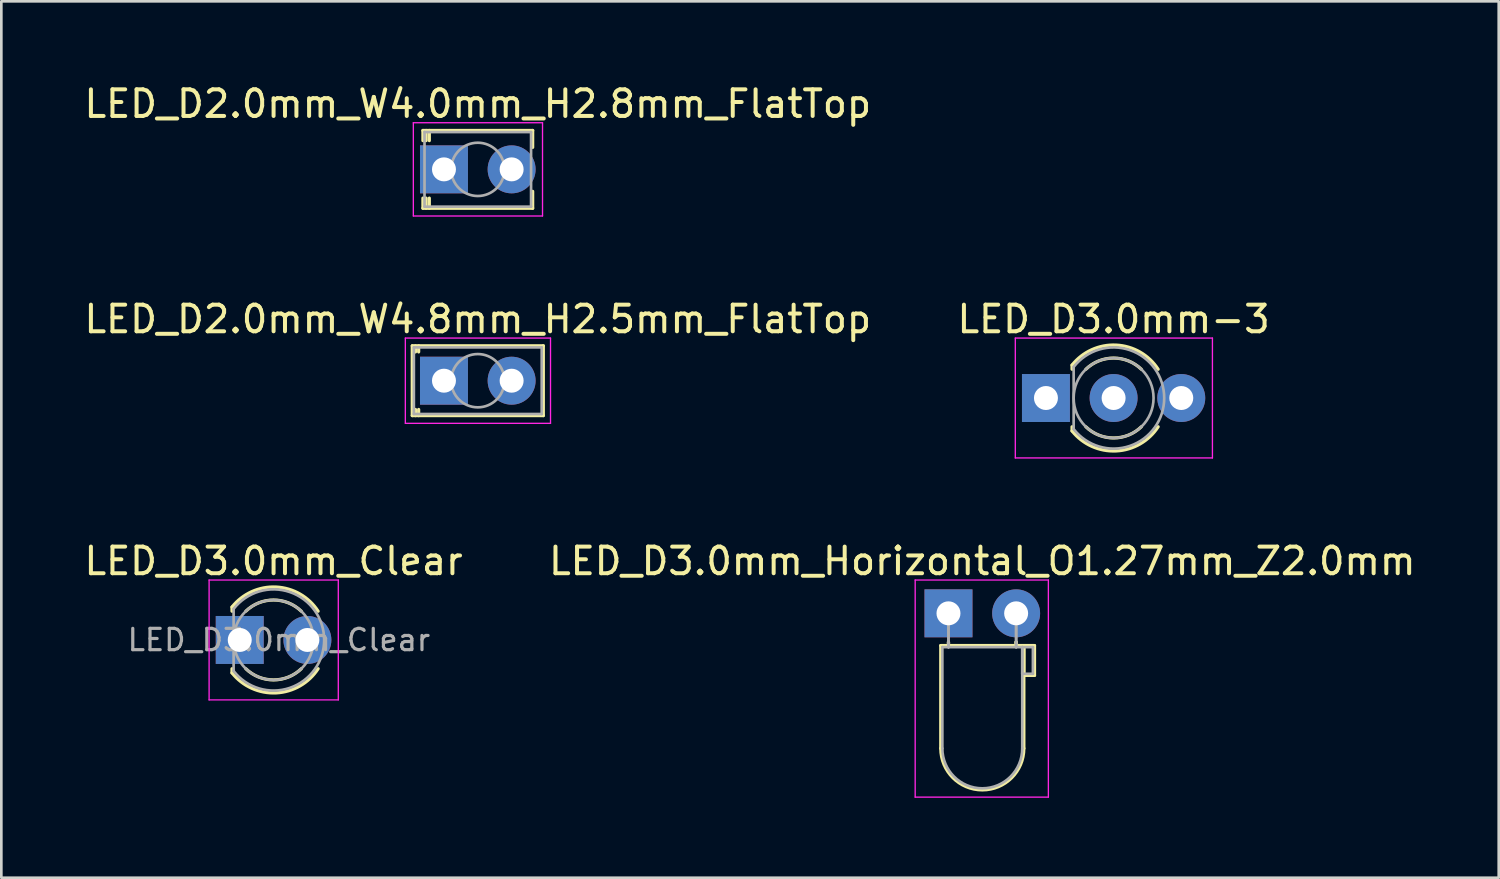
<source format=kicad_pcb>
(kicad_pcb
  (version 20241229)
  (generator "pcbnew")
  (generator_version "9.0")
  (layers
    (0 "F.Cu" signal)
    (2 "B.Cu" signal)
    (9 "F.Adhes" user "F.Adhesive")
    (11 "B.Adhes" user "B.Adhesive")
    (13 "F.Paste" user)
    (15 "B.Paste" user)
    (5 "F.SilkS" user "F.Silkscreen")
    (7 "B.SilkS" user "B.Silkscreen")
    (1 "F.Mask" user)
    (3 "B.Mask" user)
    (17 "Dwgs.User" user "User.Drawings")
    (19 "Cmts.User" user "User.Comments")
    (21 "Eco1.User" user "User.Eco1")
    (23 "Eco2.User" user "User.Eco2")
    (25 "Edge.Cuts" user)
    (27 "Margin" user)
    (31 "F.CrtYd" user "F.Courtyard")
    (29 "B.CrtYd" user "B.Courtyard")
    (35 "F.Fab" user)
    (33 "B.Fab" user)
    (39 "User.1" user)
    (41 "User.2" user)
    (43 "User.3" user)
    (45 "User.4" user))
  (footprint "LED_D2.0mm_W4.0mm_H2.8mm_FlatTop"
    (layer "F.Cu")
    (at 13.617 3.308)
    (property "Reference" "LED_D2.0mm_W4.0mm_H2.8mm_FlatTop" (at 1.27 -2.46 0) (layer "F.SilkS") (effects (font (size 1 1) (thickness 0.15))))
    (attr through_hole)
    (fp_line (start -0.79 -1.46) (end -0.79 -1.08) (stroke (width 0.12) (type solid)) (layer "F.SilkS"))
    (fp_line (start -0.79 -1.46) (end 3.33 -1.46) (stroke (width 0.12) (type solid)) (layer "F.SilkS"))
    (fp_line (start -0.79 1.08) (end -0.79 1.46) (stroke (width 0.12) (type solid)) (layer "F.SilkS"))
    (fp_line (start -0.79 1.46) (end 3.33 1.46) (stroke (width 0.12) (type solid)) (layer "F.SilkS"))
    (fp_line (start -0.67 -1.46) (end -0.67 -1.08) (stroke (width 0.12) (type solid)) (layer "F.SilkS"))
    (fp_line (start -0.67 1.08) (end -0.67 1.46) (stroke (width 0.12) (type solid)) (layer "F.SilkS"))
    (fp_line (start -0.55 -1.46) (end -0.55 -1.08) (stroke (width 0.12) (type solid)) (layer "F.SilkS"))
    (fp_line (start -0.55 1.08) (end -0.55 1.46) (stroke (width 0.12) (type solid)) (layer "F.SilkS"))
    (fp_line (start 3.33 -1.46) (end 3.33 -0.825) (stroke (width 0.12) (type solid)) (layer "F.SilkS"))
    (fp_line (start 3.33 0.825) (end 3.33 1.46) (stroke (width 0.12) (type solid)) (layer "F.SilkS"))
    (fp_line (start -1.15 -1.75) (end -1.15 1.75) (stroke (width 0.05) (type solid)) (layer "F.CrtYd"))
    (fp_line (start -1.15 1.75) (end 3.7 1.75) (stroke (width 0.05) (type solid)) (layer "F.CrtYd"))
    (fp_line (start 3.7 -1.75) (end -1.15 -1.75) (stroke (width 0.05) (type solid)) (layer "F.CrtYd"))
    (fp_line (start 3.7 1.75) (end 3.7 -1.75) (stroke (width 0.05) (type solid)) (layer "F.CrtYd"))
    (fp_line (start -0.73 -1.4) (end -0.73 1.4) (stroke (width 0.1) (type solid)) (layer "F.Fab"))
    (fp_line (start -0.73 1.4) (end 3.27 1.4) (stroke (width 0.1) (type solid)) (layer "F.Fab"))
    (fp_line (start 3.27 -1.4) (end -0.73 -1.4) (stroke (width 0.1) (type solid)) (layer "F.Fab"))
    (fp_line (start 3.27 1.4) (end 3.27 -1.4) (stroke (width 0.1) (type solid)) (layer "F.Fab"))
    (fp_circle (center 1.27 0) (end 2.27 0) (stroke (width 0.1) (type solid)) (fill no) (layer "F.Fab"))
    (pad "1" thru_hole rect (at 0 0) (size 1.8 1.8) (drill 0.9) (layers "*.Cu" "*.Mask"))
    (pad "2" thru_hole circle (at 2.54 0) (size 1.8 1.8) (drill 0.9) (layers "*.Cu" "*.Mask")))
  (footprint "LED_D3.0mm-3"
    (layer "F.Cu")
    (at 36.216 11.892)
    (property "Reference" "LED_D3.0mm-3" (at 2.54 -2.96 0) (layer "F.SilkS") (effects (font (size 1 1) (thickness 0.15))))
    (attr through_hole)
    (fp_line (start 0.98 -1.236) (end 0.98 -1.08) (stroke (width 0.12) (type solid)) (layer "F.SilkS"))
    (fp_line (start 0.98 1.08) (end 0.98 1.236) (stroke (width 0.12) (type solid)) (layer "F.SilkS"))
    (fp_arc (start 0.98 -1.235516) (mid 2.636487 -1.987659) (end 4.212335 -1.078608) (stroke (width 0.12) (type solid)) (layer "F.SilkS"))
    (fp_arc (start 1.499039 -1.08) (mid 2.540117 -1.5) (end 3.58113 -1.079837) (stroke (width 0.12) (type solid)) (layer "F.SilkS"))
    (fp_arc (start 3.58113 1.079837) (mid 2.540117 1.5) (end 1.499039 1.08) (stroke (width 0.12) (type solid)) (layer "F.SilkS"))
    (fp_arc (start 4.212335 1.078608) (mid 2.636487 1.987659) (end 0.98 1.235516) (stroke (width 0.12) (type solid)) (layer "F.SilkS"))
    (fp_line (start -1.15 -2.25) (end -1.15 2.25) (stroke (width 0.05) (type solid)) (layer "F.CrtYd"))
    (fp_line (start -1.15 2.25) (end 6.25 2.25) (stroke (width 0.05) (type solid)) (layer "F.CrtYd"))
    (fp_line (start 6.25 -2.25) (end -1.15 -2.25) (stroke (width 0.05) (type solid)) (layer "F.CrtYd"))
    (fp_line (start 6.25 2.25) (end 6.25 -2.25) (stroke (width 0.05) (type solid)) (layer "F.CrtYd"))
    (fp_line (start 1.04 -1.166) (end 1.04 1.166) (stroke (width 0.1) (type solid)) (layer "F.Fab"))
    (fp_arc (start 1.04 -1.16619) (mid 4.44 0.000452) (end 1.039445 1.165476) (stroke (width 0.1) (type solid)) (layer "F.Fab"))
    (fp_circle (center 2.54 0) (end 4.04 0) (stroke (width 0.1) (type solid)) (fill no) (layer "F.Fab"))
    (pad "1" thru_hole rect (at 0 0) (size 1.8 1.8) (drill 0.9) (layers "*.Cu" "*.Mask"))
    (pad "2" thru_hole circle (at 2.54 0) (size 1.8 1.8) (drill 0.9) (layers "*.Cu" "*.Mask"))
    (pad "3" thru_hole circle (at 5.08 0) (size 1.8 1.8) (drill 0.9) (layers "*.Cu" "*.Mask")))
  (footprint "LED_D3.0mm_Horizontal_O1.27mm_Z2.0mm"
    (layer "F.Cu")
    (at 32.557 19.975)
    (property "Reference" "LED_D3.0mm_Horizontal_O1.27mm_Z2.0mm" (at 1.27 -1.96 0) (layer "F.SilkS") (effects (font (size 1 1) (thickness 0.15))))
    (attr through_hole)
    (fp_line (start -0.29 1.21) (end -0.29 5.07) (stroke (width 0.12) (type solid)) (layer "F.SilkS"))
    (fp_line (start -0.29 1.21) (end 2.83 1.21) (stroke (width 0.12) (type solid)) (layer "F.SilkS"))
    (fp_line (start 0 1.08) (end 0 1.08) (stroke (width 0.12) (type solid)) (layer "F.SilkS"))
    (fp_line (start 0 1.08) (end 0 1.21) (stroke (width 0.12) (type solid)) (layer "F.SilkS"))
    (fp_line (start 0 1.21) (end 0 1.08) (stroke (width 0.12) (type solid)) (layer "F.SilkS"))
    (fp_line (start 0 1.21) (end 0 1.21) (stroke (width 0.12) (type solid)) (layer "F.SilkS"))
    (fp_line (start 2.54 1.08) (end 2.54 1.08) (stroke (width 0.12) (type solid)) (layer "F.SilkS"))
    (fp_line (start 2.54 1.08) (end 2.54 1.21) (stroke (width 0.12) (type solid)) (layer "F.SilkS"))
    (fp_line (start 2.54 1.21) (end 2.54 1.08) (stroke (width 0.12) (type solid)) (layer "F.SilkS"))
    (fp_line (start 2.54 1.21) (end 2.54 1.21) (stroke (width 0.12) (type solid)) (layer "F.SilkS"))
    (fp_line (start 2.83 1.21) (end 2.83 5.07) (stroke (width 0.12) (type solid)) (layer "F.SilkS"))
    (fp_line (start 2.83 1.21) (end 3.23 1.21) (stroke (width 0.12) (type solid)) (layer "F.SilkS"))
    (fp_line (start 2.83 2.33) (end 2.83 1.21) (stroke (width 0.12) (type solid)) (layer "F.SilkS"))
    (fp_line (start 3.23 1.21) (end 3.23 2.33) (stroke (width 0.12) (type solid)) (layer "F.SilkS"))
    (fp_line (start 3.23 2.33) (end 2.83 2.33) (stroke (width 0.12) (type solid)) (layer "F.SilkS"))
    (fp_arc (start 2.83 5.07) (mid 1.27 6.63) (end -0.29 5.07) (stroke (width 0.12) (type solid)) (layer "F.SilkS"))
    (fp_line (start -1.25 -1.25) (end -1.25 6.9) (stroke (width 0.05) (type solid)) (layer "F.CrtYd"))
    (fp_line (start -1.25 6.9) (end 3.75 6.9) (stroke (width 0.05) (type solid)) (layer "F.CrtYd"))
    (fp_line (start 3.75 -1.25) (end -1.25 -1.25) (stroke (width 0.05) (type solid)) (layer "F.CrtYd"))
    (fp_line (start 3.75 6.9) (end 3.75 -1.25) (stroke (width 0.05) (type solid)) (layer "F.CrtYd"))
    (fp_line (start -0.23 1.27) (end -0.23 5.07) (stroke (width 0.1) (type solid)) (layer "F.Fab"))
    (fp_line (start -0.23 1.27) (end 2.77 1.27) (stroke (width 0.1) (type solid)) (layer "F.Fab"))
    (fp_line (start 0 0) (end 0 0) (stroke (width 0.1) (type solid)) (layer "F.Fab"))
    (fp_line (start 0 0) (end 0 1.27) (stroke (width 0.1) (type solid)) (layer "F.Fab"))
    (fp_line (start 0 1.27) (end 0 0) (stroke (width 0.1) (type solid)) (layer "F.Fab"))
    (fp_line (start 0 1.27) (end 0 1.27) (stroke (width 0.1) (type solid)) (layer "F.Fab"))
    (fp_line (start 2.54 0) (end 2.54 0) (stroke (width 0.1) (type solid)) (layer "F.Fab"))
    (fp_line (start 2.54 0) (end 2.54 1.27) (stroke (width 0.1) (type solid)) (layer "F.Fab"))
    (fp_line (start 2.54 1.27) (end 2.54 0) (stroke (width 0.1) (type solid)) (layer "F.Fab"))
    (fp_line (start 2.54 1.27) (end 2.54 1.27) (stroke (width 0.1) (type solid)) (layer "F.Fab"))
    (fp_line (start 2.77 1.27) (end 2.77 5.07) (stroke (width 0.1) (type solid)) (layer "F.Fab"))
    (fp_line (start 2.77 1.27) (end 3.17 1.27) (stroke (width 0.1) (type solid)) (layer "F.Fab"))
    (fp_line (start 2.77 2.27) (end 2.77 1.27) (stroke (width 0.1) (type solid)) (layer "F.Fab"))
    (fp_line (start 3.17 1.27) (end 3.17 2.27) (stroke (width 0.1) (type solid)) (layer "F.Fab"))
    (fp_line (start 3.17 2.27) (end 2.77 2.27) (stroke (width 0.1) (type solid)) (layer "F.Fab"))
    (fp_arc (start 2.77 5.07) (mid 1.27 6.57) (end -0.23 5.07) (stroke (width 0.1) (type solid)) (layer "F.Fab"))
    (pad "1" thru_hole rect (at 0 0) (size 1.8 1.8) (drill 0.9) (layers "*.Cu" "*.Mask"))
    (pad "2" thru_hole circle (at 2.54 0) (size 1.8 1.8) (drill 0.9) (layers "*.Cu" "*.Mask")))
  (footprint "LED_D2.0mm_W4.8mm_H2.5mm_FlatTop"
    (layer "F.Cu")
    (at 13.617 11.242)
    (property "Reference" "LED_D2.0mm_W4.8mm_H2.5mm_FlatTop" (at 1.27 -2.31 0) (layer "F.SilkS") (effects (font (size 1 1) (thickness 0.15))))
    (attr through_hole)
    (fp_line (start -1.19 -1.31) (end -1.19 1.31) (stroke (width 0.12) (type solid)) (layer "F.SilkS"))
    (fp_line (start -1.19 -1.31) (end 3.73 -1.31) (stroke (width 0.12) (type solid)) (layer "F.SilkS"))
    (fp_line (start -1.19 1.31) (end 3.73 1.31) (stroke (width 0.12) (type solid)) (layer "F.SilkS"))
    (fp_line (start -1.07 -1.31) (end -1.07 -1.08) (stroke (width 0.12) (type solid)) (layer "F.SilkS"))
    (fp_line (start -1.07 1.08) (end -1.07 1.31) (stroke (width 0.12) (type solid)) (layer "F.SilkS"))
    (fp_line (start -0.95 -1.31) (end -0.95 -1.08) (stroke (width 0.12) (type solid)) (layer "F.SilkS"))
    (fp_line (start -0.95 1.08) (end -0.95 1.31) (stroke (width 0.12) (type solid)) (layer "F.SilkS"))
    (fp_line (start 3.73 -1.31) (end 3.73 1.31) (stroke (width 0.12) (type solid)) (layer "F.SilkS"))
    (fp_line (start -1.45 -1.6) (end -1.45 1.6) (stroke (width 0.05) (type solid)) (layer "F.CrtYd"))
    (fp_line (start -1.45 1.6) (end 4 1.6) (stroke (width 0.05) (type solid)) (layer "F.CrtYd"))
    (fp_line (start 4 -1.6) (end -1.45 -1.6) (stroke (width 0.05) (type solid)) (layer "F.CrtYd"))
    (fp_line (start 4 1.6) (end 4 -1.6) (stroke (width 0.05) (type solid)) (layer "F.CrtYd"))
    (fp_line (start -1.13 -1.25) (end -1.13 1.25) (stroke (width 0.1) (type solid)) (layer "F.Fab"))
    (fp_line (start -1.13 1.25) (end 3.67 1.25) (stroke (width 0.1) (type solid)) (layer "F.Fab"))
    (fp_line (start 3.67 -1.25) (end -1.13 -1.25) (stroke (width 0.1) (type solid)) (layer "F.Fab"))
    (fp_line (start 3.67 1.25) (end 3.67 -1.25) (stroke (width 0.1) (type solid)) (layer "F.Fab"))
    (fp_circle (center 1.27 0) (end 2.27 0) (stroke (width 0.1) (type solid)) (fill no) (layer "F.Fab"))
    (pad "1" thru_hole rect (at 0 0) (size 1.8 1.8) (drill 0.9) (layers "*.Cu" "*.Mask"))
    (pad "2" thru_hole circle (at 2.54 0) (size 1.8 1.8) (drill 0.9) (layers "*.Cu" "*.Mask")))
  (footprint "LED_D3.0mm_Clear"
    (layer "F.Cu")
    (at 5.95 20.975)
    (property "Reference" "LED_D3.0mm_Clear" (at 1.27 -2.96 0) (layer "F.SilkS") (effects (font (size 1 1) (thickness 0.15))))
    (attr through_hole)
    (fp_line (start -0.29 -1.236) (end -0.29 -1.08) (stroke (width 0.12) (type solid)) (layer "F.SilkS"))
    (fp_line (start -0.29 1.08) (end -0.29 1.236) (stroke (width 0.12) (type solid)) (layer "F.SilkS"))
    (fp_arc (start -0.29 -1.235516) (mid 1.366487 -1.987659) (end 2.942335 -1.078608) (stroke (width 0.12) (type solid)) (layer "F.SilkS"))
    (fp_arc (start 0.229039 -1.08) (mid 1.270117 -1.5) (end 2.31113 -1.079837) (stroke (width 0.12) (type solid)) (layer "F.SilkS"))
    (fp_arc (start 2.31113 1.079837) (mid 1.270117 1.5) (end 0.229039 1.08) (stroke (width 0.12) (type solid)) (layer "F.SilkS"))
    (fp_arc (start 2.942335 1.078608) (mid 1.366487 1.987659) (end -0.29 1.235516) (stroke (width 0.12) (type solid)) (layer "F.SilkS"))
    (fp_line (start -1.15 -2.25) (end -1.15 2.25) (stroke (width 0.05) (type solid)) (layer "F.CrtYd"))
    (fp_line (start -1.15 2.25) (end 3.7 2.25) (stroke (width 0.05) (type solid)) (layer "F.CrtYd"))
    (fp_line (start 3.7 -2.25) (end -1.15 -2.25) (stroke (width 0.05) (type solid)) (layer "F.CrtYd"))
    (fp_line (start 3.7 2.25) (end 3.7 -2.25) (stroke (width 0.05) (type solid)) (layer "F.CrtYd"))
    (fp_line (start -0.23 -1.166) (end -0.23 1.166) (stroke (width 0.1) (type solid)) (layer "F.Fab"))
    (fp_arc (start -0.23 -1.16619) (mid 3.17 0.000452) (end -0.230555 1.165476) (stroke (width 0.1) (type solid)) (layer "F.Fab"))
    (fp_circle (center 1.27 0) (end 2.77 0) (stroke (width 0.1) (type solid)) (fill no) (layer "F.Fab"))
    (fp_text user "${REFERENCE}" (at 1.47 0 0) (layer "F.Fab") (effects (font (size 0.8 0.8) (thickness 0.12))))
    (pad "1" thru_hole rect (at 0 0) (size 1.8 1.8) (drill 0.9) (layers "*.Cu" "*.Mask"))
    (pad "2" thru_hole circle (at 2.54 0) (size 1.8 1.8) (drill 0.9) (layers "*.Cu" "*.Mask")))
  (gr_rect
    (start -3 -3)
    (end 53.214 29.9)
    (stroke (width 0.1) (type default))
    (fill no)
    (layer "Edge.Cuts")))
</source>
